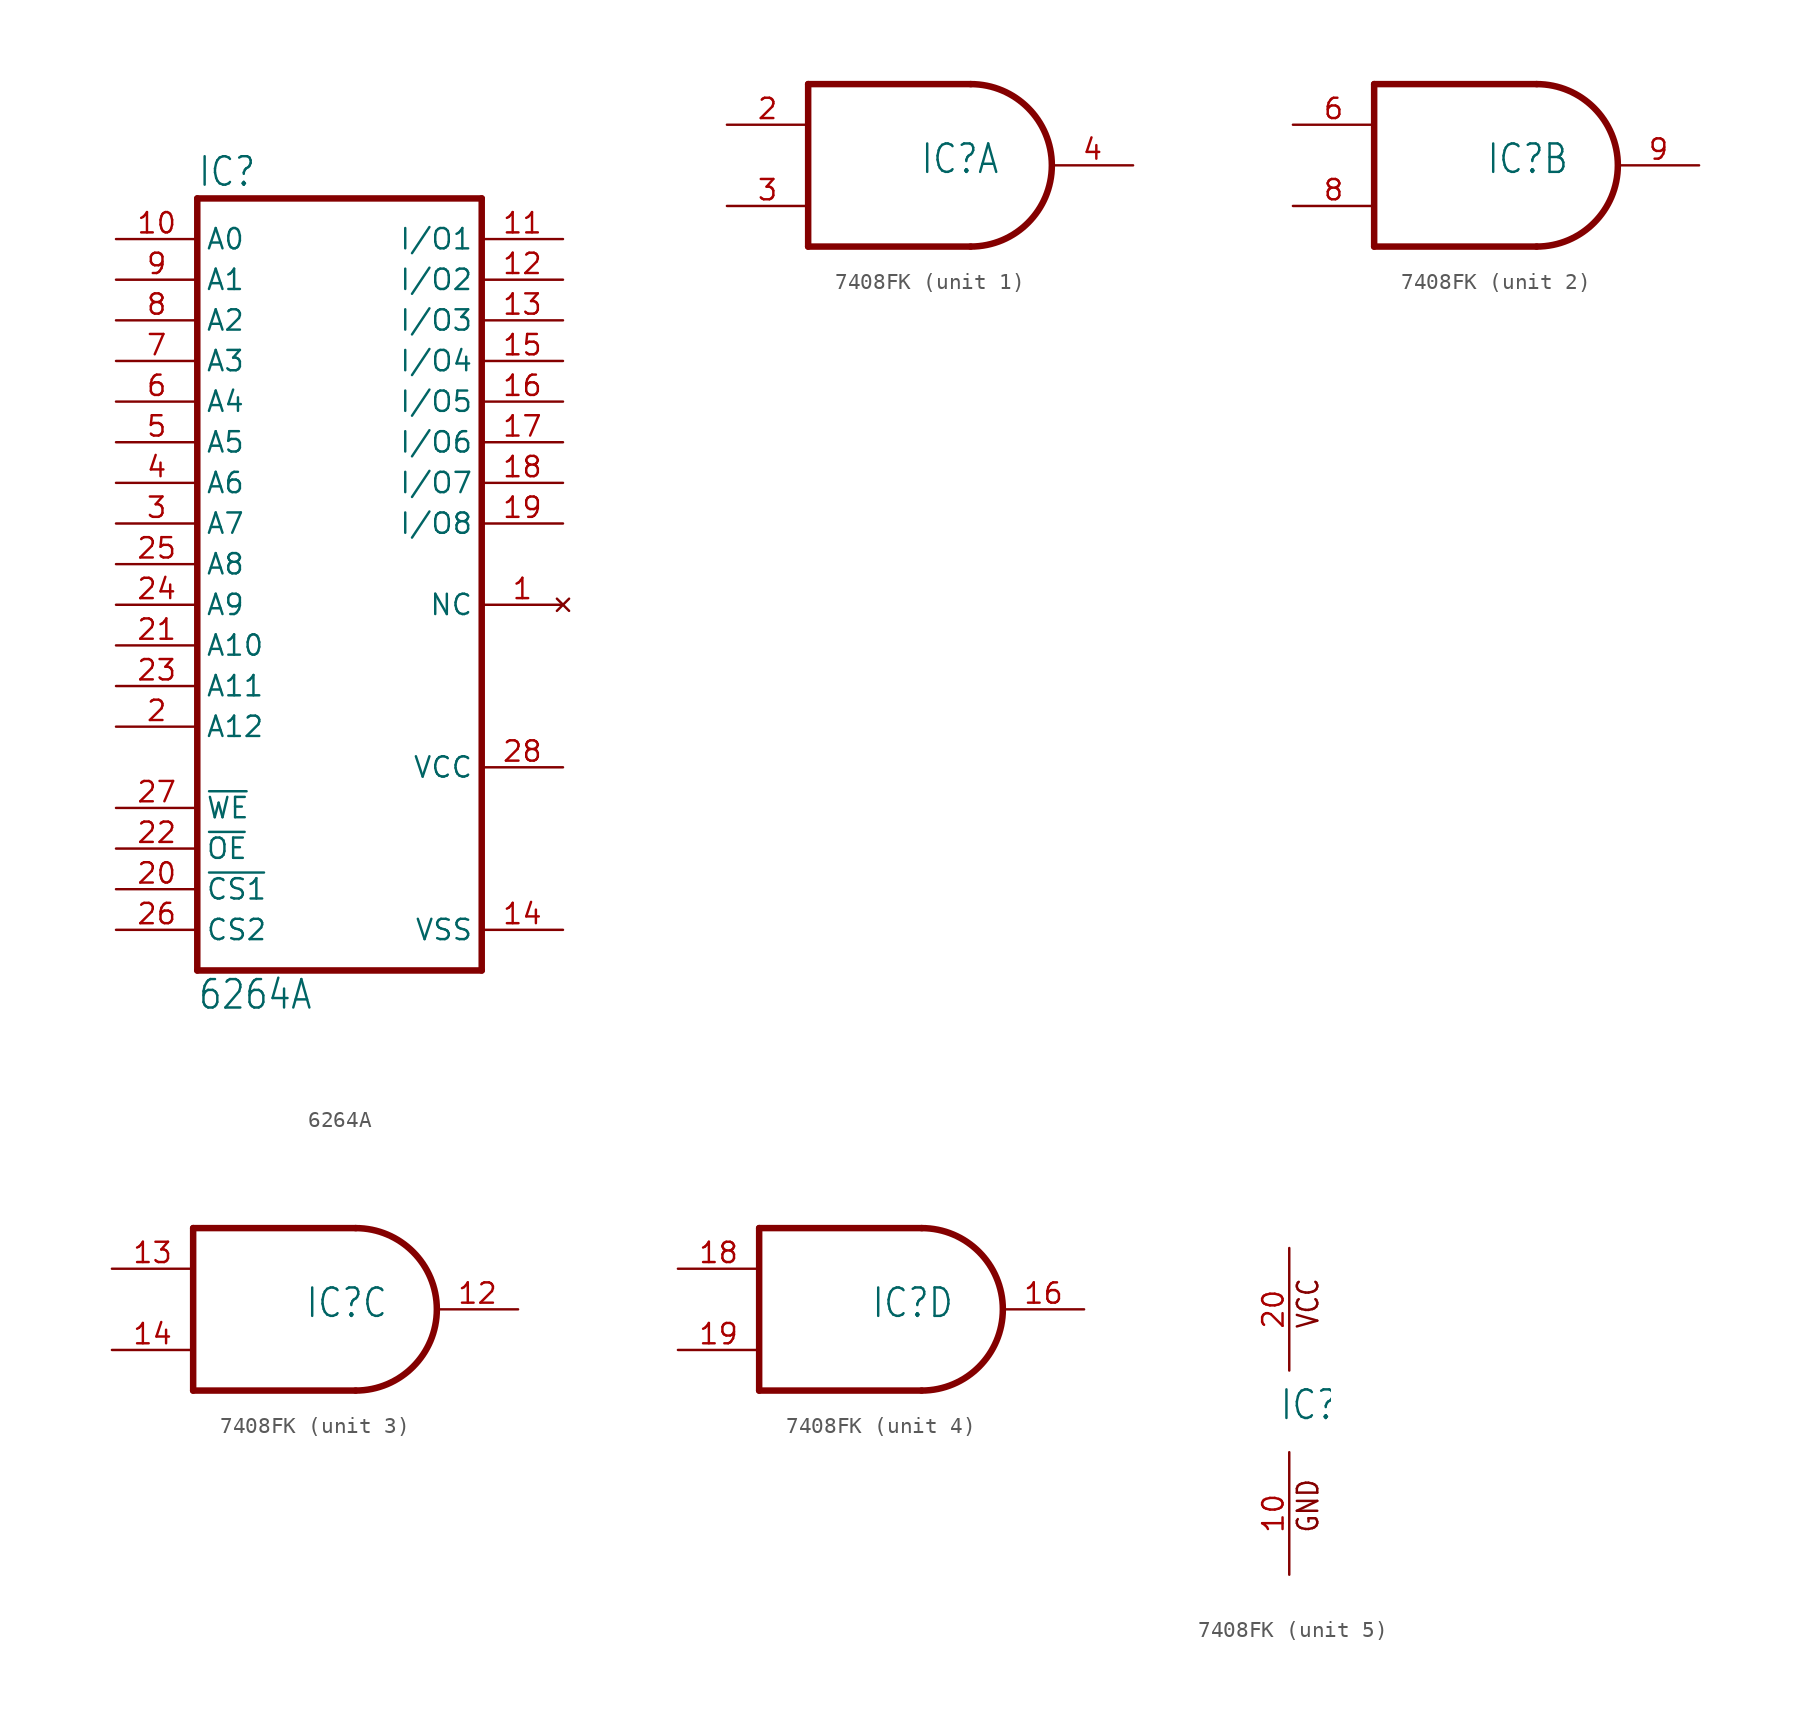
<source format=kicad_sym>
(kicad_symbol_lib
  (version 20211014)
  (generator kicad_symbol_editor)
  (symbol "6264A"
    (property "Reference" "IC"
      (at -10.16 23.495 0)
      (effects (font (size 1.778 1.511)) (justify left bottom)))
    (property "Value" "6264A"
      (at -10.16 -27.94 0)
      (effects (font (size 1.778 1.511)) (justify left bottom)))
    (property "ki_locked" ""
      (at 0 0 0)
      (effects (font (size 1.27 1.27))))
    (symbol "6264A_1_0"
      (polyline (pts (xy -10.16 -25.4) (xy -10.16 22.86)) (stroke (width 0.406) (type default) (color 0 0 0 0)) (fill (type none)))
      (polyline (pts (xy -10.16 -25.4) (xy 7.62 -25.4)) (stroke (width 0.406) (type default) (color 0 0 0 0)) (fill (type none)))
      (polyline (pts (xy 7.62 22.86) (xy -10.16 22.86)) (stroke (width 0.406) (type default) (color 0 0 0 0)) (fill (type none)))
      (polyline (pts (xy 7.62 22.86) (xy 7.62 -25.4)) (stroke (width 0.406) (type default) (color 0 0 0 0)) (fill (type none)))
      (pin no_connect line (at 12.7 -2.54 180) (length 5.08) (name "NC" (effects (font (size 1.27 1.27)))) (number "1" (effects (font (size 1.27 1.27)))))
      (pin input line (at -15.24 20.32 0) (length 5.08) (name "A0" (effects (font (size 1.27 1.27)))) (number "10" (effects (font (size 1.27 1.27)))))
      (pin bidirectional line (at 12.7 20.32 180) (length 5.08) (name "I/O1" (effects (font (size 1.27 1.27)))) (number "11" (effects (font (size 1.27 1.27)))))
      (pin bidirectional line (at 12.7 17.78 180) (length 5.08) (name "I/O2" (effects (font (size 1.27 1.27)))) (number "12" (effects (font (size 1.27 1.27)))))
      (pin bidirectional line (at 12.7 15.24 180) (length 5.08) (name "I/O3" (effects (font (size 1.27 1.27)))) (number "13" (effects (font (size 1.27 1.27)))))
      (pin power_in line (at 12.7 -22.86 180) (length 5.08) (name "VSS" (effects (font (size 1.27 1.27)))) (number "14" (effects (font (size 1.27 1.27)))))
      (pin bidirectional line (at 12.7 12.7 180) (length 5.08) (name "I/O4" (effects (font (size 1.27 1.27)))) (number "15" (effects (font (size 1.27 1.27)))))
      (pin bidirectional line (at 12.7 10.16 180) (length 5.08) (name "I/O5" (effects (font (size 1.27 1.27)))) (number "16" (effects (font (size 1.27 1.27)))))
      (pin bidirectional line (at 12.7 7.62 180) (length 5.08) (name "I/O6" (effects (font (size 1.27 1.27)))) (number "17" (effects (font (size 1.27 1.27)))))
      (pin bidirectional line (at 12.7 5.08 180) (length 5.08) (name "I/O7" (effects (font (size 1.27 1.27)))) (number "18" (effects (font (size 1.27 1.27)))))
      (pin bidirectional line (at 12.7 2.54 180) (length 5.08) (name "I/O8" (effects (font (size 1.27 1.27)))) (number "19" (effects (font (size 1.27 1.27)))))
      (pin input line (at -15.24 -10.16 0) (length 5.08) (name "A12" (effects (font (size 1.27 1.27)))) (number "2" (effects (font (size 1.27 1.27)))))
      (pin input line (at -15.24 -20.32 0) (length 5.08) (name "~{CS1}" (effects (font (size 1.27 1.27)))) (number "20" (effects (font (size 1.27 1.27)))))
      (pin input line (at -15.24 -5.08 0) (length 5.08) (name "A10" (effects (font (size 1.27 1.27)))) (number "21" (effects (font (size 1.27 1.27)))))
      (pin input line (at -15.24 -17.78 0) (length 5.08) (name "~{OE}" (effects (font (size 1.27 1.27)))) (number "22" (effects (font (size 1.27 1.27)))))
      (pin input line (at -15.24 -7.62 0) (length 5.08) (name "A11" (effects (font (size 1.27 1.27)))) (number "23" (effects (font (size 1.27 1.27)))))
      (pin input line (at -15.24 -2.54 0) (length 5.08) (name "A9" (effects (font (size 1.27 1.27)))) (number "24" (effects (font (size 1.27 1.27)))))
      (pin input line (at -15.24 0 0) (length 5.08) (name "A8" (effects (font (size 1.27 1.27)))) (number "25" (effects (font (size 1.27 1.27)))))
      (pin input line (at -15.24 -22.86 0) (length 5.08) (name "CS2" (effects (font (size 1.27 1.27)))) (number "26" (effects (font (size 1.27 1.27)))))
      (pin input line (at -15.24 -15.24 0) (length 5.08) (name "~{WE}" (effects (font (size 1.27 1.27)))) (number "27" (effects (font (size 1.27 1.27)))))
      (pin power_in line (at 12.7 -12.7 180) (length 5.08) (name "VCC" (effects (font (size 1.27 1.27)))) (number "28" (effects (font (size 1.27 1.27)))))
      (pin input line (at -15.24 2.54 0) (length 5.08) (name "A7" (effects (font (size 1.27 1.27)))) (number "3" (effects (font (size 1.27 1.27)))))
      (pin input line (at -15.24 5.08 0) (length 5.08) (name "A6" (effects (font (size 1.27 1.27)))) (number "4" (effects (font (size 1.27 1.27)))))
      (pin input line (at -15.24 7.62 0) (length 5.08) (name "A5" (effects (font (size 1.27 1.27)))) (number "5" (effects (font (size 1.27 1.27)))))
      (pin input line (at -15.24 10.16 0) (length 5.08) (name "A4" (effects (font (size 1.27 1.27)))) (number "6" (effects (font (size 1.27 1.27)))))
      (pin input line (at -15.24 12.7 0) (length 5.08) (name "A3" (effects (font (size 1.27 1.27)))) (number "7" (effects (font (size 1.27 1.27)))))
      (pin input line (at -15.24 15.24 0) (length 5.08) (name "A2" (effects (font (size 1.27 1.27)))) (number "8" (effects (font (size 1.27 1.27)))))
      (pin input line (at -15.24 17.78 0) (length 5.08) (name "A1" (effects (font (size 1.27 1.27)))) (number "9" (effects (font (size 1.27 1.27)))))))
  (symbol "7408FK"
    (property "Reference" "IC"
      (at -0.635 -0.635 0)
      (effects (font (size 1.778 1.511)) (justify left bottom)))
    (property "ki_locked" ""
      (at 0 0 0)
      (effects (font (size 1.27 1.27))))
    (symbol "7408FK_1_0"
      (polyline (pts (xy -7.62 -5.08) (xy 2.54 -5.08)) (stroke (width 0.406) (type default) (color 0 0 0 0)) (fill (type none)))
      (polyline (pts (xy -7.62 5.08) (xy -7.62 -5.08)) (stroke (width 0.406) (type default) (color 0 0 0 0)) (fill (type none)))
      (polyline (pts (xy 2.54 5.08) (xy -7.62 5.08)) (stroke (width 0.406) (type default) (color 0 0 0 0)) (fill (type none)))
      (arc (start 2.54 -5.08) (mid 7.6199 0) (end 2.54 5.08) (stroke (width 0.4064) (type default) (color 0 0 0 0)) (fill (type none)))
      (pin input line (at -12.7 2.54 0) (length 5.08) (name "I0" (effects (font (size 0 0)))) (number "2" (effects (font (size 1.27 1.27)))))
      (pin input line (at -12.7 -2.54 0) (length 5.08) (name "I1" (effects (font (size 0 0)))) (number "3" (effects (font (size 1.27 1.27)))))
      (pin output line (at 12.7 0 180) (length 5.08) (name "O" (effects (font (size 0 0)))) (number "4" (effects (font (size 1.27 1.27))))))
    (symbol "7408FK_2_0"
      (polyline (pts (xy -7.62 -5.08) (xy 2.54 -5.08)) (stroke (width 0.406) (type default) (color 0 0 0 0)) (fill (type none)))
      (polyline (pts (xy -7.62 5.08) (xy -7.62 -5.08)) (stroke (width 0.406) (type default) (color 0 0 0 0)) (fill (type none)))
      (polyline (pts (xy 2.54 5.08) (xy -7.62 5.08)) (stroke (width 0.406) (type default) (color 0 0 0 0)) (fill (type none)))
      (arc (start 2.54 -5.08) (mid 7.6199 0) (end 2.54 5.08) (stroke (width 0.4064) (type default) (color 0 0 0 0)) (fill (type none)))
      (pin input line (at -12.7 2.54 0) (length 5.08) (name "I0" (effects (font (size 0 0)))) (number "6" (effects (font (size 1.27 1.27)))))
      (pin input line (at -12.7 -2.54 0) (length 5.08) (name "I1" (effects (font (size 0 0)))) (number "8" (effects (font (size 1.27 1.27)))))
      (pin output line (at 12.7 0 180) (length 5.08) (name "O" (effects (font (size 0 0)))) (number "9" (effects (font (size 1.27 1.27))))))
    (symbol "7408FK_3_0"
      (polyline (pts (xy -7.62 -5.08) (xy 2.54 -5.08)) (stroke (width 0.406) (type default) (color 0 0 0 0)) (fill (type none)))
      (polyline (pts (xy -7.62 5.08) (xy -7.62 -5.08)) (stroke (width 0.406) (type default) (color 0 0 0 0)) (fill (type none)))
      (polyline (pts (xy 2.54 5.08) (xy -7.62 5.08)) (stroke (width 0.406) (type default) (color 0 0 0 0)) (fill (type none)))
      (arc (start 2.54 -5.08) (mid 7.6199 0) (end 2.54 5.08) (stroke (width 0.4064) (type default) (color 0 0 0 0)) (fill (type none)))
      (pin output line (at 12.7 0 180) (length 5.08) (name "O" (effects (font (size 0 0)))) (number "12" (effects (font (size 1.27 1.27)))))
      (pin input line (at -12.7 2.54 0) (length 5.08) (name "I0" (effects (font (size 0 0)))) (number "13" (effects (font (size 1.27 1.27)))))
      (pin input line (at -12.7 -2.54 0) (length 5.08) (name "I1" (effects (font (size 0 0)))) (number "14" (effects (font (size 1.27 1.27))))))
    (symbol "7408FK_4_0"
      (polyline (pts (xy -7.62 -5.08) (xy 2.54 -5.08)) (stroke (width 0.406) (type default) (color 0 0 0 0)) (fill (type none)))
      (polyline (pts (xy -7.62 5.08) (xy -7.62 -5.08)) (stroke (width 0.406) (type default) (color 0 0 0 0)) (fill (type none)))
      (polyline (pts (xy 2.54 5.08) (xy -7.62 5.08)) (stroke (width 0.406) (type default) (color 0 0 0 0)) (fill (type none)))
      (arc (start 2.54 -5.08) (mid 7.6199 0) (end 2.54 5.08) (stroke (width 0.4064) (type default) (color 0 0 0 0)) (fill (type none)))
      (pin output line (at 12.7 0 180) (length 5.08) (name "O" (effects (font (size 0 0)))) (number "16" (effects (font (size 1.27 1.27)))))
      (pin input line (at -12.7 2.54 0) (length 5.08) (name "I0" (effects (font (size 0 0)))) (number "18" (effects (font (size 1.27 1.27)))))
      (pin input line (at -12.7 -2.54 0) (length 5.08) (name "I1" (effects (font (size 0 0)))) (number "19" (effects (font (size 1.27 1.27))))))
    (symbol "7408FK_5_0"
      (text "GND" (at 1.905 -7.62 900) (effects (font (size 1.27 1.079)) (justify left bottom)))
      (text "VCC" (at 1.905 5.08 900) (effects (font (size 1.27 1.079)) (justify left bottom)))
      (pin power_in line (at 0 -10.16 90) (length 7.62) (name "GND" (effects (font (size 0 0)))) (number "10" (effects (font (size 1.27 1.27)))))
      (pin power_in line (at 0 10.16 270) (length 7.62) (name "VCC" (effects (font (size 0 0)))) (number "20" (effects (font (size 1.27 1.27))))))))
</source>
